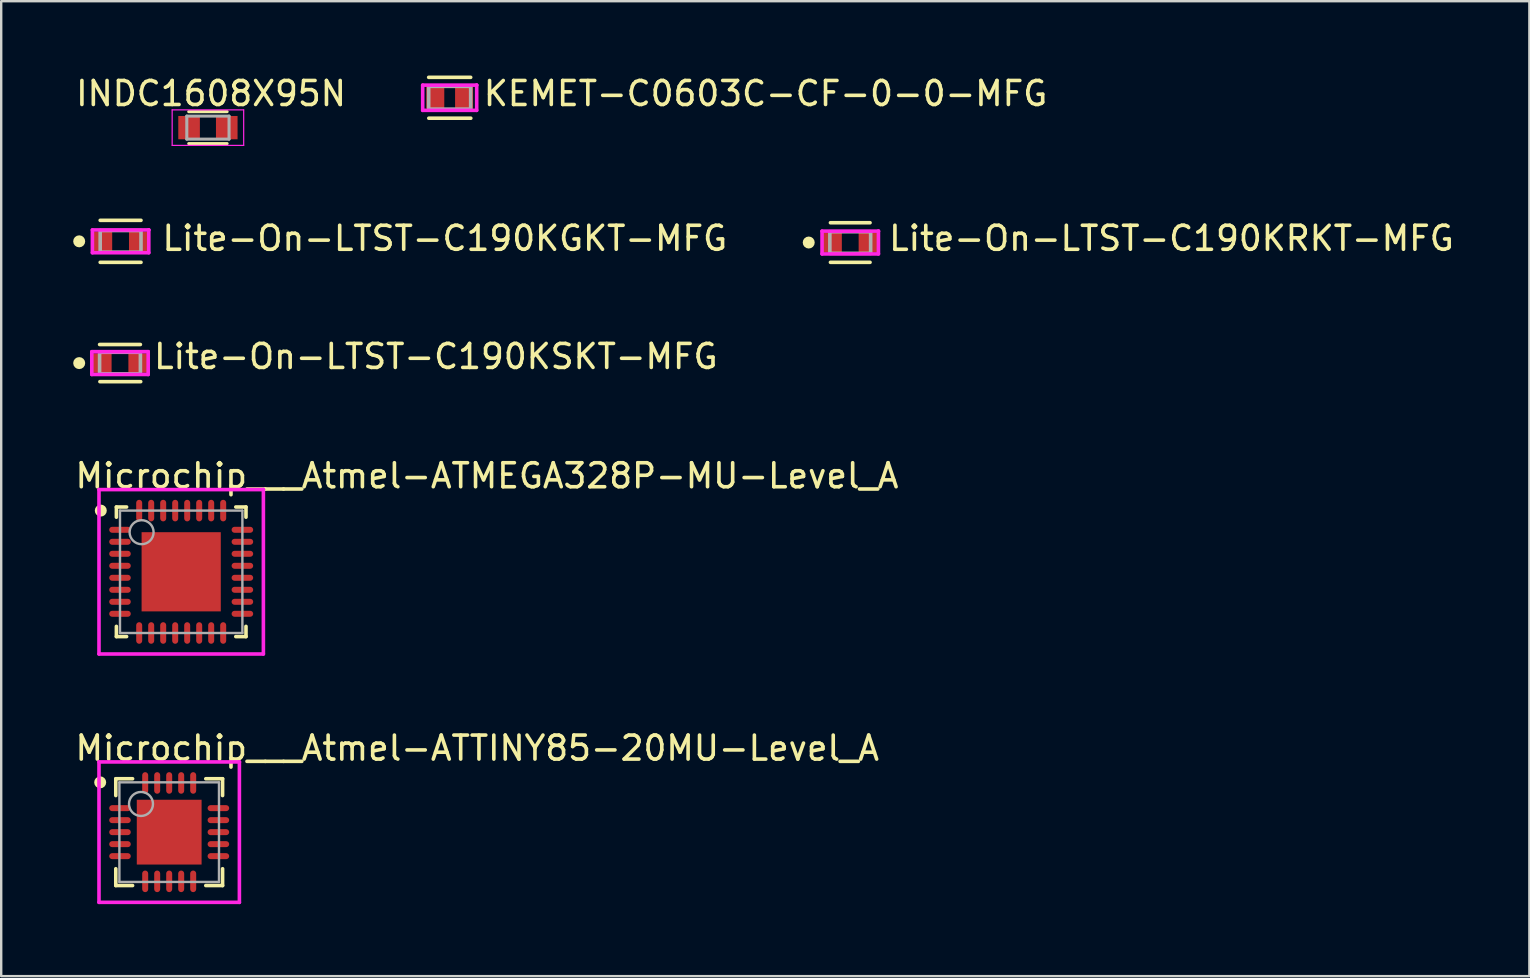
<source format=kicad_pcb>
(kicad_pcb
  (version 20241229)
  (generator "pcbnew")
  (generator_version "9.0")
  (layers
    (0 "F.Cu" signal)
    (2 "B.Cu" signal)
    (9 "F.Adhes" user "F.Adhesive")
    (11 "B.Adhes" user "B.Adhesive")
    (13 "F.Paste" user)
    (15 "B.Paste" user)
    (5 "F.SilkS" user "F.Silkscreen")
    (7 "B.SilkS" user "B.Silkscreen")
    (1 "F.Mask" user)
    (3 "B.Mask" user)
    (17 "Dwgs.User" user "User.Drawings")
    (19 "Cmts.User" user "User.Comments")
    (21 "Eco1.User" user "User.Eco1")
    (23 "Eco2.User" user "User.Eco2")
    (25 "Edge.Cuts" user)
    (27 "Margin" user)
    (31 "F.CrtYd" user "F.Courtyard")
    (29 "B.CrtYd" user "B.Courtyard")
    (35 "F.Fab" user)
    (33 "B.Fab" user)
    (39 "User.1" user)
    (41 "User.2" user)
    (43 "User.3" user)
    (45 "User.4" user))
  (footprint "Lite-On-LTST-C190KRKT-MFG"
    (layer "F.Cu")
    (at 32.379 7.056)
    (property "Reference" "Lite-On-LTST-C190KRKT-MFG" (at 1.525 -0.175 0) (layer "F.SilkS") (effects (font (size 1 1) (thickness 0.15)) (justify left)))
    (attr through_hole)
    (fp_line (start 0.825 -0.825) (end -0.825 -0.825) (stroke (width 0.15) (type solid)) (layer "F.SilkS"))
    (fp_line (start 0.825 0.825) (end -0.825 0.825) (stroke (width 0.15) (type solid)) (layer "F.SilkS"))
    (fp_circle (center -1.73 0) (end -1.605 0) (stroke (width 0.25) (type solid)) (fill no) (layer "F.SilkS"))
    (fp_line (start -1.175 -0.475) (end -1.175 0.475) (stroke (width 0.15) (type solid)) (layer "F.CrtYd"))
    (fp_line (start -1.175 0.475) (end 1.175 0.475) (stroke (width 0.15) (type solid)) (layer "F.CrtYd"))
    (fp_line (start 1.175 -0.475) (end -1.175 -0.475) (stroke (width 0.15) (type solid)) (layer "F.CrtYd"))
    (fp_line (start 1.175 -0.475) (end 1.175 -0.475) (stroke (width 0.15) (type solid)) (layer "F.CrtYd"))
    (fp_line (start 1.175 0.475) (end 1.175 -0.475) (stroke (width 0.15) (type solid)) (layer "F.CrtYd"))
    (fp_line (start -0.85 -0.45) (end 0.85 -0.45) (stroke (width 0.15) (type solid)) (layer "F.Fab"))
    (fp_line (start -0.85 0.45) (end -0.85 -0.45) (stroke (width 0.15) (type solid)) (layer "F.Fab"))
    (fp_line (start 0.85 -0.45) (end 0.85 0.45) (stroke (width 0.15) (type solid)) (layer "F.Fab"))
    (fp_line (start 0.85 0.45) (end -0.85 0.45) (stroke (width 0.15) (type solid)) (layer "F.Fab"))
    (pad "1" smd rect (at -0.75 0) (size 0.8 0.8) (layers "F.Cu" "F.Mask" "F.Paste"))
    (pad "2" smd rect (at 0.75 0) (size 0.8 0.8) (layers "F.Cu" "F.Mask" "F.Paste")))
  (footprint "Microchip___Atmel-ATTINY85-20MU-Level_A"
    (layer "F.Cu")
    (at 4 31.625)
    (property "Reference" "Microchip___Atmel-ATTINY85-20MU-Level_A" (at -4 -3.5 0) (layer "F.SilkS") (effects (font (size 1 1) (thickness 0.15)) (justify left)))
    (attr through_hole)
    (fp_line (start -2.225 -2.225) (end -1.525 -2.225) (stroke (width 0.15) (type solid)) (layer "F.SilkS"))
    (fp_line (start -2.225 -1.525) (end -2.225 -2.225) (stroke (width 0.15) (type solid)) (layer "F.SilkS"))
    (fp_line (start -2.225 2.225) (end -2.225 1.525) (stroke (width 0.15) (type solid)) (layer "F.SilkS"))
    (fp_line (start -2.225 2.225) (end -1.525 2.225) (stroke (width 0.15) (type solid)) (layer "F.SilkS"))
    (fp_line (start 1.525 -2.225) (end 2.225 -2.225) (stroke (width 0.15) (type solid)) (layer "F.SilkS"))
    (fp_line (start 1.525 2.225) (end 2.225 2.225) (stroke (width 0.15) (type solid)) (layer "F.SilkS"))
    (fp_line (start 2.225 -1.525) (end 2.225 -2.225) (stroke (width 0.15) (type solid)) (layer "F.SilkS"))
    (fp_line (start 2.225 2.225) (end 2.225 1.525) (stroke (width 0.15) (type solid)) (layer "F.SilkS"))
    (fp_circle (center -2.875 -2.075) (end -2.75 -2.075) (stroke (width 0.25) (type solid)) (fill no) (layer "F.SilkS"))
    (fp_line (start -2.925 -2.925) (end -2.925 2.925) (stroke (width 0.15) (type solid)) (layer "F.CrtYd"))
    (fp_line (start -2.925 2.925) (end 2.925 2.925) (stroke (width 0.15) (type solid)) (layer "F.CrtYd"))
    (fp_line (start 2.925 -2.925) (end -2.925 -2.925) (stroke (width 0.15) (type solid)) (layer "F.CrtYd"))
    (fp_line (start 2.925 -2.925) (end 2.925 -2.925) (stroke (width 0.15) (type solid)) (layer "F.CrtYd"))
    (fp_line (start 2.925 2.925) (end 2.925 -2.925) (stroke (width 0.15) (type solid)) (layer "F.CrtYd"))
    (fp_line (start -2.075 -2.075) (end 2.075 -2.075) (stroke (width 0.1) (type solid)) (layer "F.Fab"))
    (fp_line (start -2.075 2.075) (end -2.075 -2.075) (stroke (width 0.1) (type solid)) (layer "F.Fab"))
    (fp_line (start -2.075 2.075) (end 2.075 2.075) (stroke (width 0.1) (type solid)) (layer "F.Fab"))
    (fp_line (start 2.075 2.075) (end 2.075 -2.075) (stroke (width 0.1) (type solid)) (layer "F.Fab"))
    (fp_circle (center -1.175 -1.175) (end -0.675 -1.175) (stroke (width 0.1) (type solid)) (fill no) (layer "F.Fab"))
    (pad "1" smd roundrect (at -2.05 -1 270) (size 0.25 0.9) (layers "F.Cu" "F.Mask" "F.Paste") (roundrect_rratio 0.5))
    (pad "2" smd roundrect (at -2.05 -0.5 270) (size 0.25 0.9) (layers "F.Cu" "F.Mask" "F.Paste") (roundrect_rratio 0.5))
    (pad "3" smd roundrect (at -2.05 -0.000001 270) (size 0.25 0.9) (layers "F.Cu" "F.Mask" "F.Paste") (roundrect_rratio 0.5))
    (pad "4" smd roundrect (at -2.05 0.5 270) (size 0.25 0.9) (layers "F.Cu" "F.Mask" "F.Paste") (roundrect_rratio 0.5))
    (pad "5" smd roundrect (at -2.05 1 270) (size 0.25 0.9) (layers "F.Cu" "F.Mask" "F.Paste") (roundrect_rratio 0.5))
    (pad "6" smd roundrect (at -1 2.05) (size 0.25 0.9) (layers "F.Cu" "F.Mask" "F.Paste") (roundrect_rratio 0.5))
    (pad "7" smd roundrect (at -0.5 2.05) (size 0.25 0.9) (layers "F.Cu" "F.Mask" "F.Paste") (roundrect_rratio 0.5))
    (pad "8" smd roundrect (at 0.000004 2.05) (size 0.25 0.9) (layers "F.Cu" "F.Mask" "F.Paste") (roundrect_rratio 0.5))
    (pad "9" smd roundrect (at 0.5 2.05) (size 0.25 0.9) (layers "F.Cu" "F.Mask" "F.Paste") (roundrect_rratio 0.5))
    (pad "10" smd roundrect (at 1 2.05) (size 0.25 0.9) (layers "F.Cu" "F.Mask" "F.Paste") (roundrect_rratio 0.5))
    (pad "11" smd roundrect (at 2.05 1 270) (size 0.25 0.9) (layers "F.Cu" "F.Mask" "F.Paste") (roundrect_rratio 0.5))
    (pad "12" smd roundrect (at 2.05 0.5 270) (size 0.25 0.9) (layers "F.Cu" "F.Mask" "F.Paste") (roundrect_rratio 0.5))
    (pad "13" smd roundrect (at 2.05 -0.000001 270) (size 0.25 0.9) (layers "F.Cu" "F.Mask" "F.Paste") (roundrect_rratio 0.5))
    (pad "14" smd roundrect (at 2.05 -0.5 270) (size 0.25 0.9) (layers "F.Cu" "F.Mask" "F.Paste") (roundrect_rratio 0.5))
    (pad "15" smd roundrect (at 2.05 -1 270) (size 0.25 0.9) (layers "F.Cu" "F.Mask" "F.Paste") (roundrect_rratio 0.5))
    (pad "16" smd roundrect (at 1 -2.05) (size 0.25 0.9) (layers "F.Cu" "F.Mask" "F.Paste") (roundrect_rratio 0.5))
    (pad "17" smd roundrect (at 0.5 -2.05) (size 0.25 0.9) (layers "F.Cu" "F.Mask" "F.Paste") (roundrect_rratio 0.5))
    (pad "18" smd roundrect (at 0.000004 -2.05) (size 0.25 0.9) (layers "F.Cu" "F.Mask" "F.Paste") (roundrect_rratio 0.5))
    (pad "19" smd roundrect (at -0.5 -2.05) (size 0.25 0.9) (layers "F.Cu" "F.Mask" "F.Paste") (roundrect_rratio 0.5))
    (pad "20" smd roundrect (at -1 -2.05) (size 0.25 0.9) (layers "F.Cu" "F.Mask" "F.Paste") (roundrect_rratio 0.5))
    (pad "21" smd rect (at 0.000003 0) (size 2.7 2.7) (layers "F.Cu" "F.Mask" "F.Paste")))
  (footprint "KEMET-C0603C-CF-0-0-MFG"
    (layer "F.Cu")
    (at 15.688 1.023)
    (property "Reference" "KEMET-C0603C-CF-0-0-MFG" (at 1.325 -0.175 0) (layer "F.SilkS") (effects (font (size 1 1) (thickness 0.15)) (justify left)))
    (attr through_hole)
    (fp_line (start -0.875 -0.85) (end 0.875 -0.85) (stroke (width 0.15) (type solid)) (layer "F.SilkS"))
    (fp_line (start -0.87 0.853) (end 0.88 0.853) (stroke (width 0.15) (type solid)) (layer "F.SilkS"))
    (fp_line (start -1.125 -0.525) (end -1.125 0.525) (stroke (width 0.15) (type solid)) (layer "F.CrtYd"))
    (fp_line (start -1.125 0.525) (end 1.125 0.525) (stroke (width 0.15) (type solid)) (layer "F.CrtYd"))
    (fp_line (start 1.125 -0.525) (end -1.125 -0.525) (stroke (width 0.15) (type solid)) (layer "F.CrtYd"))
    (fp_line (start 1.125 -0.525) (end 1.125 -0.525) (stroke (width 0.15) (type solid)) (layer "F.CrtYd"))
    (fp_line (start 1.125 0.525) (end 1.125 -0.525) (stroke (width 0.15) (type solid)) (layer "F.CrtYd"))
    (fp_line (start -0.875 -0.475) (end 0.875 -0.475) (stroke (width 0.15) (type solid)) (layer "F.Fab"))
    (fp_line (start -0.875 0.475) (end -0.875 -0.475) (stroke (width 0.15) (type solid)) (layer "F.Fab"))
    (fp_line (start 0.875 -0.475) (end 0.875 0.475) (stroke (width 0.15) (type solid)) (layer "F.Fab"))
    (fp_line (start 0.875 0.475) (end -0.875 0.475) (stroke (width 0.15) (type solid)) (layer "F.Fab"))
    (pad "1" smd rect (at -0.6 0) (size 0.75 0.9) (layers "F.Cu" "F.Mask" "F.Paste"))
    (pad "2" smd rect (at 0.6 0) (size 0.75 0.9) (layers "F.Cu" "F.Mask" "F.Paste")))
  (footprint "INDC1608X95N"
    (layer "F.Cu")
    (at 5.614 2.268)
    (property "Reference" "INDC1608X95N" (at 0.13 -1.42 0) (layer "F.SilkS") (effects (font (size 1 1) (thickness 0.15))))
    (attr through_hole)
    (fp_line (start -0.8 -0.665) (end 0.8 -0.665) (stroke (width 0.127) (type solid)) (layer "F.SilkS"))
    (fp_line (start -0.8 0.665) (end 0.8 0.665) (stroke (width 0.127) (type solid)) (layer "F.SilkS"))
    (fp_line (start -1.49 -0.74) (end 1.49 -0.74) (stroke (width 0.05) (type solid)) (layer "F.CrtYd"))
    (fp_line (start -1.49 0.74) (end -1.49 -0.74) (stroke (width 0.05) (type solid)) (layer "F.CrtYd"))
    (fp_line (start 1.49 -0.74) (end 1.49 0.74) (stroke (width 0.05) (type solid)) (layer "F.CrtYd"))
    (fp_line (start 1.49 0.74) (end -1.49 0.74) (stroke (width 0.05) (type solid)) (layer "F.CrtYd"))
    (fp_line (start -0.88 -0.48) (end 0.88 -0.48) (stroke (width 0.127) (type solid)) (layer "F.Fab"))
    (fp_line (start -0.88 0.48) (end -0.88 -0.48) (stroke (width 0.127) (type solid)) (layer "F.Fab"))
    (fp_line (start 0.88 -0.48) (end 0.88 0.48) (stroke (width 0.127) (type solid)) (layer "F.Fab"))
    (fp_line (start 0.88 0.48) (end -0.88 0.48) (stroke (width 0.127) (type solid)) (layer "F.Fab"))
    (pad "1" smd rect (at -0.785 0) (size 0.9 0.97) (layers "F.Cu" "F.Mask" "F.Paste"))
    (pad "2" smd rect (at 0.785 0) (size 0.9 0.97) (layers "F.Cu" "F.Mask" "F.Paste")))
  (footprint "Lite-On-LTST-C190KSKT-MFG"
    (layer "F.Cu")
    (at 1.95 12.08)
    (property "Reference" "Lite-On-LTST-C190KSKT-MFG" (at 1.325 -0.275 0) (layer "F.SilkS") (effects (font (size 1 1) (thickness 0.15)) (justify left)))
    (attr through_hole)
    (fp_line (start -0.85 -0.775) (end 0.85 -0.775) (stroke (width 0.15) (type solid)) (layer "F.SilkS"))
    (fp_line (start -0.837 0.773) (end 0.863 0.773) (stroke (width 0.15) (type solid)) (layer "F.SilkS"))
    (fp_circle (center -1.7 0) (end -1.575 0) (stroke (width 0.25) (type solid)) (fill no) (layer "F.SilkS"))
    (fp_line (start -1.175 -0.475) (end -1.175 0.475) (stroke (width 0.15) (type solid)) (layer "F.CrtYd"))
    (fp_line (start -1.175 0.475) (end 1.175 0.475) (stroke (width 0.15) (type solid)) (layer "F.CrtYd"))
    (fp_line (start 1.175 -0.475) (end -1.175 -0.475) (stroke (width 0.15) (type solid)) (layer "F.CrtYd"))
    (fp_line (start 1.175 -0.475) (end 1.175 -0.475) (stroke (width 0.15) (type solid)) (layer "F.CrtYd"))
    (fp_line (start 1.175 0.475) (end 1.175 -0.475) (stroke (width 0.15) (type solid)) (layer "F.CrtYd"))
    (fp_line (start -0.85 -0.45) (end 0.85 -0.45) (stroke (width 0.15) (type solid)) (layer "F.Fab"))
    (fp_line (start -0.85 0.45) (end -0.85 -0.45) (stroke (width 0.15) (type solid)) (layer "F.Fab"))
    (fp_line (start 0.85 -0.45) (end 0.85 0.45) (stroke (width 0.15) (type solid)) (layer "F.Fab"))
    (fp_line (start 0.85 0.45) (end -0.85 0.45) (stroke (width 0.15) (type solid)) (layer "F.Fab"))
    (pad "1" smd rect (at -0.75 0) (size 0.8 0.8) (layers "F.Cu" "F.Mask" "F.Paste"))
    (pad "2" smd rect (at 0.75 0) (size 0.8 0.8) (layers "F.Cu" "F.Mask" "F.Paste")))
  (footprint "Microchip___Atmel-ATMEGA328P-MU-Level_A"
    (layer "F.Cu")
    (at 4.5 20.776)
    (property "Reference" "Microchip___Atmel-ATMEGA328P-MU-Level_A" (at -4.5 -4 0) (layer "F.SilkS") (effects (font (size 1 1) (thickness 0.15)) (justify left)))
    (attr through_hole)
    (fp_line (start -2.7 -2.7) (end -2.275 -2.7) (stroke (width 0.15) (type solid)) (layer "F.SilkS"))
    (fp_line (start -2.7 -2.275) (end -2.7 -2.7) (stroke (width 0.15) (type solid)) (layer "F.SilkS"))
    (fp_line (start -2.7 2.7) (end -2.7 2.275) (stroke (width 0.15) (type solid)) (layer "F.SilkS"))
    (fp_line (start -2.7 2.7) (end -2.275 2.7) (stroke (width 0.15) (type solid)) (layer "F.SilkS"))
    (fp_line (start 2.275 -2.7) (end 2.7 -2.7) (stroke (width 0.15) (type solid)) (layer "F.SilkS"))
    (fp_line (start 2.275 2.7) (end 2.7 2.7) (stroke (width 0.15) (type solid)) (layer "F.SilkS"))
    (fp_line (start 2.7 -2.275) (end 2.7 -2.7) (stroke (width 0.15) (type solid)) (layer "F.SilkS"))
    (fp_line (start 2.7 2.7) (end 2.7 2.275) (stroke (width 0.15) (type solid)) (layer "F.SilkS"))
    (fp_circle (center -3.35 -2.55) (end -3.225 -2.55) (stroke (width 0.25) (type solid)) (fill no) (layer "F.SilkS"))
    (fp_line (start -3.425 -3.425) (end -3.425 3.425) (stroke (width 0.15) (type solid)) (layer "F.CrtYd"))
    (fp_line (start -3.425 3.425) (end 3.425 3.425) (stroke (width 0.15) (type solid)) (layer "F.CrtYd"))
    (fp_line (start 3.425 -3.425) (end -3.425 -3.425) (stroke (width 0.15) (type solid)) (layer "F.CrtYd"))
    (fp_line (start 3.425 -3.425) (end 3.425 -3.425) (stroke (width 0.15) (type solid)) (layer "F.CrtYd"))
    (fp_line (start 3.425 3.425) (end 3.425 -3.425) (stroke (width 0.15) (type solid)) (layer "F.CrtYd"))
    (fp_line (start -2.55 -2.55) (end 2.55 -2.55) (stroke (width 0.1) (type solid)) (layer "F.Fab"))
    (fp_line (start -2.55 2.55) (end -2.55 -2.55) (stroke (width 0.1) (type solid)) (layer "F.Fab"))
    (fp_line (start -2.55 2.55) (end 2.55 2.55) (stroke (width 0.1) (type solid)) (layer "F.Fab"))
    (fp_line (start 2.55 2.55) (end 2.55 -2.55) (stroke (width 0.1) (type solid)) (layer "F.Fab"))
    (fp_circle (center -1.65 -1.65) (end -1.15 -1.65) (stroke (width 0.1) (type solid)) (fill no) (layer "F.Fab"))
    (pad "1" smd roundrect (at -2.55 -1.75 270) (size 0.25 0.9) (layers "F.Cu" "F.Mask" "F.Paste") (roundrect_rratio 0.5))
    (pad "2" smd roundrect (at -2.55 -1.25 270) (size 0.25 0.9) (layers "F.Cu" "F.Mask" "F.Paste") (roundrect_rratio 0.5))
    (pad "3" smd roundrect (at -2.55 -0.75 270) (size 0.25 0.9) (layers "F.Cu" "F.Mask" "F.Paste") (roundrect_rratio 0.5))
    (pad "4" smd roundrect (at -2.55 -0.25 270) (size 0.25 0.9) (layers "F.Cu" "F.Mask" "F.Paste") (roundrect_rratio 0.5))
    (pad "5" smd roundrect (at -2.55 0.25 270) (size 0.25 0.9) (layers "F.Cu" "F.Mask" "F.Paste") (roundrect_rratio 0.5))
    (pad "6" smd roundrect (at -2.55 0.75 270) (size 0.25 0.9) (layers "F.Cu" "F.Mask" "F.Paste") (roundrect_rratio 0.5))
    (pad "7" smd roundrect (at -2.55 1.25 270) (size 0.25 0.9) (layers "F.Cu" "F.Mask" "F.Paste") (roundrect_rratio 0.5))
    (pad "8" smd roundrect (at -2.55 1.75 270) (size 0.25 0.9) (layers "F.Cu" "F.Mask" "F.Paste") (roundrect_rratio 0.5))
    (pad "9" smd roundrect (at -1.75 2.55) (size 0.25 0.9) (layers "F.Cu" "F.Mask" "F.Paste") (roundrect_rratio 0.5))
    (pad "10" smd roundrect (at -1.25 2.55) (size 0.25 0.9) (layers "F.Cu" "F.Mask" "F.Paste") (roundrect_rratio 0.5))
    (pad "11" smd roundrect (at -0.75 2.55) (size 0.25 0.9) (layers "F.Cu" "F.Mask" "F.Paste") (roundrect_rratio 0.5))
    (pad "12" smd roundrect (at -0.25 2.55) (size 0.25 0.9) (layers "F.Cu" "F.Mask" "F.Paste") (roundrect_rratio 0.5))
    (pad "13" smd roundrect (at 0.25 2.55) (size 0.25 0.9) (layers "F.Cu" "F.Mask" "F.Paste") (roundrect_rratio 0.5))
    (pad "14" smd roundrect (at 0.75 2.55) (size 0.25 0.9) (layers "F.Cu" "F.Mask" "F.Paste") (roundrect_rratio 0.5))
    (pad "15" smd roundrect (at 1.25 2.55) (size 0.25 0.9) (layers "F.Cu" "F.Mask" "F.Paste") (roundrect_rratio 0.5))
    (pad "16" smd roundrect (at 1.75 2.55) (size 0.25 0.9) (layers "F.Cu" "F.Mask" "F.Paste") (roundrect_rratio 0.5))
    (pad "17" smd roundrect (at 2.55 1.75 270) (size 0.25 0.9) (layers "F.Cu" "F.Mask" "F.Paste") (roundrect_rratio 0.5))
    (pad "18" smd roundrect (at 2.55 1.25 270) (size 0.25 0.9) (layers "F.Cu" "F.Mask" "F.Paste") (roundrect_rratio 0.5))
    (pad "19" smd roundrect (at 2.55 0.75 270) (size 0.25 0.9) (layers "F.Cu" "F.Mask" "F.Paste") (roundrect_rratio 0.5))
    (pad "20" smd roundrect (at 2.55 0.25 270) (size 0.25 0.9) (layers "F.Cu" "F.Mask" "F.Paste") (roundrect_rratio 0.5))
    (pad "21" smd roundrect (at 2.55 -0.25 270) (size 0.25 0.9) (layers "F.Cu" "F.Mask" "F.Paste") (roundrect_rratio 0.5))
    (pad "22" smd roundrect (at 2.55 -0.75 270) (size 0.25 0.9) (layers "F.Cu" "F.Mask" "F.Paste") (roundrect_rratio 0.5))
    (pad "23" smd roundrect (at 2.55 -1.25 270) (size 0.25 0.9) (layers "F.Cu" "F.Mask" "F.Paste") (roundrect_rratio 0.5))
    (pad "24" smd roundrect (at 2.55 -1.75 270) (size 0.25 0.9) (layers "F.Cu" "F.Mask" "F.Paste") (roundrect_rratio 0.5))
    (pad "25" smd roundrect (at 1.75 -2.55) (size 0.25 0.9) (layers "F.Cu" "F.Mask" "F.Paste") (roundrect_rratio 0.5))
    (pad "26" smd roundrect (at 1.25 -2.55) (size 0.25 0.9) (layers "F.Cu" "F.Mask" "F.Paste") (roundrect_rratio 0.5))
    (pad "27" smd roundrect (at 0.75 -2.55) (size 0.25 0.9) (layers "F.Cu" "F.Mask" "F.Paste") (roundrect_rratio 0.5))
    (pad "28" smd roundrect (at 0.25 -2.55) (size 0.25 0.9) (layers "F.Cu" "F.Mask" "F.Paste") (roundrect_rratio 0.5))
    (pad "29" smd roundrect (at -0.25 -2.55) (size 0.25 0.9) (layers "F.Cu" "F.Mask" "F.Paste") (roundrect_rratio 0.5))
    (pad "30" smd roundrect (at -0.75 -2.55) (size 0.25 0.9) (layers "F.Cu" "F.Mask" "F.Paste") (roundrect_rratio 0.5))
    (pad "31" smd roundrect (at -1.25 -2.55) (size 0.25 0.9) (layers "F.Cu" "F.Mask" "F.Paste") (roundrect_rratio 0.5))
    (pad "32" smd roundrect (at -1.75 -2.55) (size 0.25 0.9) (layers "F.Cu" "F.Mask" "F.Paste") (roundrect_rratio 0.5))
    (pad "33" smd rect (at 0.000001 0.000001) (size 3.3 3.3) (layers "F.Cu" "F.Mask" "F.Paste")))
  (footprint "Lite-On-LTST-C190KGKT-MFG"
    (layer "F.Cu")
    (at 1.975 7.006)
    (property "Reference" "Lite-On-LTST-C190KGKT-MFG" (at 1.65 -0.125 0) (layer "F.SilkS") (effects (font (size 1 1) (thickness 0.15)) (justify left)))
    (attr through_hole)
    (fp_line (start -0.85 -0.875) (end 0.85 -0.875) (stroke (width 0.15) (type solid)) (layer "F.SilkS"))
    (fp_line (start -0.85 0.875) (end 0.85 0.875) (stroke (width 0.15) (type solid)) (layer "F.SilkS"))
    (fp_circle (center -1.725 0) (end -1.6 0) (stroke (width 0.25) (type solid)) (fill no) (layer "F.SilkS"))
    (fp_line (start -1.175 -0.475) (end -1.175 0.475) (stroke (width 0.15) (type solid)) (layer "F.CrtYd"))
    (fp_line (start -1.175 0.475) (end 1.175 0.475) (stroke (width 0.15) (type solid)) (layer "F.CrtYd"))
    (fp_line (start 1.175 -0.475) (end -1.175 -0.475) (stroke (width 0.15) (type solid)) (layer "F.CrtYd"))
    (fp_line (start 1.175 -0.475) (end 1.175 -0.475) (stroke (width 0.15) (type solid)) (layer "F.CrtYd"))
    (fp_line (start 1.175 0.475) (end 1.175 -0.475) (stroke (width 0.15) (type solid)) (layer "F.CrtYd"))
    (fp_line (start -0.85 -0.45) (end 0.85 -0.45) (stroke (width 0.15) (type solid)) (layer "F.Fab"))
    (fp_line (start -0.85 0.45) (end -0.85 -0.45) (stroke (width 0.15) (type solid)) (layer "F.Fab"))
    (fp_line (start 0.85 -0.45) (end 0.85 0.45) (stroke (width 0.15) (type solid)) (layer "F.Fab"))
    (fp_line (start 0.85 0.45) (end -0.85 0.45) (stroke (width 0.15) (type solid)) (layer "F.Fab"))
    (pad "1" smd rect (at -0.75 0) (size 0.8 0.8) (layers "F.Cu" "F.Mask" "F.Paste"))
    (pad "2" smd rect (at 0.75 0) (size 0.8 0.8) (layers "F.Cu" "F.Mask" "F.Paste")))
  (gr_rect
    (start -3 -3)
    (end 60.678 37.625)
    (stroke (width 0.1) (type default))
    (fill no)
    (layer "Edge.Cuts")))
</source>
